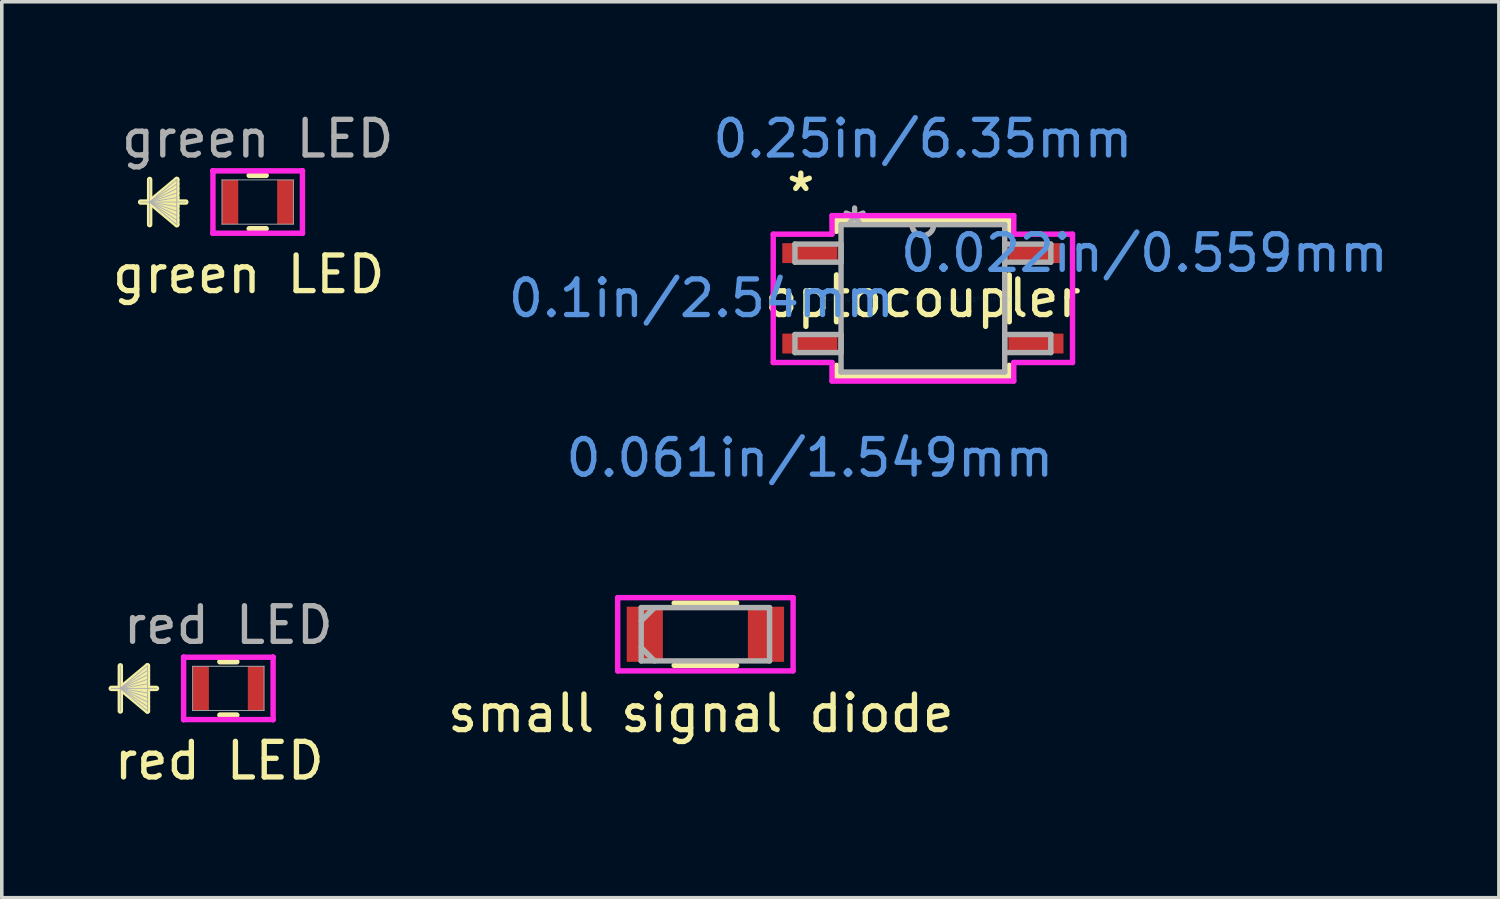
<source format=kicad_pcb>
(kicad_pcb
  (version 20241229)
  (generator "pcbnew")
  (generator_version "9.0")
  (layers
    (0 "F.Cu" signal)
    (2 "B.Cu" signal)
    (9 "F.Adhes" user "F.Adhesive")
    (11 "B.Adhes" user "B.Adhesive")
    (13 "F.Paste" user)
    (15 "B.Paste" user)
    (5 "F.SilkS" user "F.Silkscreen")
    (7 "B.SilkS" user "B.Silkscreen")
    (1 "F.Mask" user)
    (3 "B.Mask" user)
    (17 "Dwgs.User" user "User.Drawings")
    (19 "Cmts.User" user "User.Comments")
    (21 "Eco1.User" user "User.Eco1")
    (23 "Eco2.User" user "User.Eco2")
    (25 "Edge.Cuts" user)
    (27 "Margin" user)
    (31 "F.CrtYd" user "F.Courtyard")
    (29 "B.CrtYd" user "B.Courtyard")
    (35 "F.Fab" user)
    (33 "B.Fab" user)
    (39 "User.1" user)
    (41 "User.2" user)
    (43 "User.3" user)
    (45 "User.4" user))
  (footprint "optocoupler"
    (layer "F.Cu")
    (at 22.876 5.331)
    (property "Reference" "optocoupler" (at 0 0 0) (layer "F.SilkS") (effects (font (size 1 1) (thickness 0.15))))
    (attr through_hole)
    (fp_line (start -2.426 -2.197) (end -2.426 -1.882) (stroke (width 0.152) (type solid)) (layer "F.SilkS"))
    (fp_line (start -2.426 -0.658) (end -2.426 0.658) (stroke (width 0.152) (type solid)) (layer "F.SilkS"))
    (fp_line (start -2.426 1.882) (end -2.426 2.197) (stroke (width 0.152) (type solid)) (layer "F.SilkS"))
    (fp_line (start -2.426 2.197) (end 2.426 2.197) (stroke (width 0.152) (type solid)) (layer "F.SilkS"))
    (fp_line (start 2.426 -2.197) (end -2.426 -2.197) (stroke (width 0.152) (type solid)) (layer "F.SilkS"))
    (fp_line (start 2.426 -1.882) (end 2.426 -2.197) (stroke (width 0.152) (type solid)) (layer "F.SilkS"))
    (fp_line (start 2.426 0.658) (end 2.426 -0.658) (stroke (width 0.152) (type solid)) (layer "F.SilkS"))
    (fp_line (start 2.426 2.197) (end 2.426 1.882) (stroke (width 0.152) (type solid)) (layer "F.SilkS"))
    (fp_line (start -4.204 -1.803) (end -2.553 -1.803) (stroke (width 0.152) (type solid)) (layer "F.CrtYd"))
    (fp_line (start -4.204 1.803) (end -4.204 -1.803) (stroke (width 0.152) (type solid)) (layer "F.CrtYd"))
    (fp_line (start -4.204 1.803) (end -2.553 1.803) (stroke (width 0.152) (type solid)) (layer "F.CrtYd"))
    (fp_line (start -2.553 -2.324) (end 2.553 -2.324) (stroke (width 0.152) (type solid)) (layer "F.CrtYd"))
    (fp_line (start -2.553 -1.803) (end -2.553 -2.324) (stroke (width 0.152) (type solid)) (layer "F.CrtYd"))
    (fp_line (start -2.553 2.324) (end -2.553 1.803) (stroke (width 0.152) (type solid)) (layer "F.CrtYd"))
    (fp_line (start 2.553 -2.324) (end 2.553 -1.803) (stroke (width 0.152) (type solid)) (layer "F.CrtYd"))
    (fp_line (start 2.553 1.803) (end 2.553 2.324) (stroke (width 0.152) (type solid)) (layer "F.CrtYd"))
    (fp_line (start 2.553 2.324) (end -2.553 2.324) (stroke (width 0.152) (type solid)) (layer "F.CrtYd"))
    (fp_line (start 4.204 -1.803) (end 2.553 -1.803) (stroke (width 0.152) (type solid)) (layer "F.CrtYd"))
    (fp_line (start 4.204 -1.803) (end 4.204 1.803) (stroke (width 0.152) (type solid)) (layer "F.CrtYd"))
    (fp_line (start 4.204 1.803) (end 2.553 1.803) (stroke (width 0.152) (type solid)) (layer "F.CrtYd"))
    (fp_line (start -3.594 -1.524) (end -3.594 -1.016) (stroke (width 0.152) (type solid)) (layer "F.Fab"))
    (fp_line (start -3.594 -1.016) (end -2.299 -1.016) (stroke (width 0.152) (type solid)) (layer "F.Fab"))
    (fp_line (start -3.594 1.016) (end -3.594 1.524) (stroke (width 0.152) (type solid)) (layer "F.Fab"))
    (fp_line (start -3.594 1.524) (end -2.299 1.524) (stroke (width 0.152) (type solid)) (layer "F.Fab"))
    (fp_line (start -2.299 -2.07) (end -2.299 2.07) (stroke (width 0.152) (type solid)) (layer "F.Fab"))
    (fp_line (start -2.299 -1.524) (end -3.594 -1.524) (stroke (width 0.152) (type solid)) (layer "F.Fab"))
    (fp_line (start -2.299 -1.016) (end -2.299 -1.524) (stroke (width 0.152) (type solid)) (layer "F.Fab"))
    (fp_line (start -2.299 1.016) (end -3.594 1.016) (stroke (width 0.152) (type solid)) (layer "F.Fab"))
    (fp_line (start -2.299 1.524) (end -2.299 1.016) (stroke (width 0.152) (type solid)) (layer "F.Fab"))
    (fp_line (start -2.299 2.07) (end 2.299 2.07) (stroke (width 0.152) (type solid)) (layer "F.Fab"))
    (fp_line (start 2.299 -2.07) (end -2.299 -2.07) (stroke (width 0.152) (type solid)) (layer "F.Fab"))
    (fp_line (start 2.299 -1.524) (end 2.299 -1.016) (stroke (width 0.152) (type solid)) (layer "F.Fab"))
    (fp_line (start 2.299 -1.016) (end 3.594 -1.016) (stroke (width 0.152) (type solid)) (layer "F.Fab"))
    (fp_line (start 2.299 1.016) (end 2.299 1.524) (stroke (width 0.152) (type solid)) (layer "F.Fab"))
    (fp_line (start 2.299 1.524) (end 3.594 1.524) (stroke (width 0.152) (type solid)) (layer "F.Fab"))
    (fp_line (start 2.299 2.07) (end 2.299 -2.07) (stroke (width 0.152) (type solid)) (layer "F.Fab"))
    (fp_line (start 3.594 -1.524) (end 2.299 -1.524) (stroke (width 0.152) (type solid)) (layer "F.Fab"))
    (fp_line (start 3.594 -1.016) (end 3.594 -1.524) (stroke (width 0.152) (type solid)) (layer "F.Fab"))
    (fp_line (start 3.594 1.016) (end 2.299 1.016) (stroke (width 0.152) (type solid)) (layer "F.Fab"))
    (fp_line (start 3.594 1.524) (end 3.594 1.016) (stroke (width 0.152) (type solid)) (layer "F.Fab"))
    (fp_arc (start 0.3048 -2.0701) (mid 0 -1.7653) (end -0.3048 -2.0701) (stroke (width 0.1524) (type solid)) (layer "F.Fab"))
    (fp_text user "*" (at -3.429 -2.972 0) (layer "F.SilkS") (effects (font (size 1 1) (thickness 0.15))))
    (fp_text user "0.061in/1.549mm" (at -3.175 4.483 0) (layer "Cmts.User") (effects (font (size 1 1) (thickness 0.15))))
    (fp_text user "0.1in/2.54mm" (at -6.223 0 0) (layer "Cmts.User") (effects (font (size 1 1) (thickness 0.15))))
    (fp_text user "0.022in/0.559mm" (at 6.223 -1.27 0) (layer "Cmts.User") (effects (font (size 1 1) (thickness 0.15))))
    (fp_text user "Copyright 2016 Accelerated Designs. All rights reserved." (at 0 0 0) (layer "Cmts.User") (effects (font (size 0.127 0.127) (thickness 0.002))))
    (fp_text user "0.25in/6.35mm" (at 0 -4.483 0) (layer "Cmts.User") (effects (font (size 1 1) (thickness 0.15))))
    (fp_text user "*" (at -1.918 -1.994 0) (layer "F.Fab") (effects (font (size 1 1) (thickness 0.15))))
    (pad "1" smd rect (at -3.175 -1.27) (size 1.549 0.559) (layers "F.Cu" "F.Mask" "F.Paste"))
    (pad "2" smd rect (at -3.175 1.27) (size 1.549 0.559) (layers "F.Cu" "F.Mask" "F.Paste"))
    (pad "3" smd rect (at 3.175 1.27) (size 1.549 0.559) (layers "F.Cu" "F.Mask" "F.Paste"))
    (pad "4" smd rect (at 3.175 -1.27) (size 1.549 0.559) (layers "F.Cu" "F.Mask" "F.Paste")))
  (footprint "green LED"
    (layer "F.Cu")
    (at 4.189 2.626)
    (property "Reference" "green LED" (at -0.254 2.032 0) (unlocked yes) (layer "F.SilkS") (effects (font (size 1 1) (thickness 0.15))))
    (attr smd)
    (fp_line (start -3.035 -0.635) (end -3.035 0.635) (stroke (width 0.152) (type solid)) (layer "F.SilkS"))
    (fp_line (start -3.035 0) (end -2.273 -0.635) (stroke (width 0.152) (type solid)) (layer "F.SilkS"))
    (fp_line (start -3.035 0) (end -2.273 -0.508) (stroke (width 0.152) (type solid)) (layer "F.SilkS"))
    (fp_line (start -3.035 0) (end -2.273 -0.381) (stroke (width 0.152) (type solid)) (layer "F.SilkS"))
    (fp_line (start -3.035 0) (end -2.273 -0.254) (stroke (width 0.152) (type solid)) (layer "F.SilkS"))
    (fp_line (start -3.035 0) (end -2.273 -0.127) (stroke (width 0.152) (type solid)) (layer "F.SilkS"))
    (fp_line (start -3.035 0) (end -2.273 0.127) (stroke (width 0.152) (type solid)) (layer "F.SilkS"))
    (fp_line (start -3.035 0) (end -2.273 0.254) (stroke (width 0.152) (type solid)) (layer "F.SilkS"))
    (fp_line (start -3.035 0) (end -2.273 0.381) (stroke (width 0.152) (type solid)) (layer "F.SilkS"))
    (fp_line (start -3.035 0) (end -2.273 0.508) (stroke (width 0.152) (type solid)) (layer "F.SilkS"))
    (fp_line (start -3.035 0) (end -2.273 0.635) (stroke (width 0.152) (type solid)) (layer "F.SilkS"))
    (fp_line (start -2.273 -0.635) (end -2.273 0.635) (stroke (width 0.152) (type solid)) (layer "F.SilkS"))
    (fp_line (start -2.019 0) (end -3.289 0) (stroke (width 0.152) (type solid)) (layer "F.SilkS"))
    (fp_line (start -0.239 0.749) (end 0.239 0.749) (stroke (width 0.152) (type solid)) (layer "F.SilkS"))
    (fp_line (start 0.239 -0.749) (end -0.239 -0.749) (stroke (width 0.152) (type solid)) (layer "F.SilkS"))
    (fp_line (start -1.257 -0.876) (end -1.257 -0.876) (stroke (width 0.152) (type solid)) (layer "F.CrtYd"))
    (fp_line (start -1.257 -0.876) (end -1.257 -0.876) (stroke (width 0.152) (type solid)) (layer "F.CrtYd"))
    (fp_line (start -1.257 -0.876) (end 1.257 -0.876) (stroke (width 0.152) (type solid)) (layer "F.CrtYd"))
    (fp_line (start -1.257 0.876) (end -1.257 -0.876) (stroke (width 0.152) (type solid)) (layer "F.CrtYd"))
    (fp_line (start -1.257 0.876) (end -1.257 0.876) (stroke (width 0.152) (type solid)) (layer "F.CrtYd"))
    (fp_line (start -1.257 0.876) (end -1.257 0.876) (stroke (width 0.152) (type solid)) (layer "F.CrtYd"))
    (fp_line (start 1.257 -0.876) (end 1.257 -0.876) (stroke (width 0.152) (type solid)) (layer "F.CrtYd"))
    (fp_line (start 1.257 -0.876) (end 1.257 -0.876) (stroke (width 0.152) (type solid)) (layer "F.CrtYd"))
    (fp_line (start 1.257 -0.876) (end 1.257 0.876) (stroke (width 0.152) (type solid)) (layer "F.CrtYd"))
    (fp_line (start 1.257 0.876) (end -1.257 0.876) (stroke (width 0.152) (type solid)) (layer "F.CrtYd"))
    (fp_line (start 1.257 0.876) (end 1.257 0.876) (stroke (width 0.152) (type solid)) (layer "F.CrtYd"))
    (fp_line (start 1.257 0.876) (end 1.257 0.876) (stroke (width 0.152) (type solid)) (layer "F.CrtYd"))
    (fp_line (start -3.035 -0.635) (end -3.035 0.635) (stroke (width 0.025) (type solid)) (layer "F.Fab"))
    (fp_line (start -3.035 0) (end -2.273 -0.635) (stroke (width 0.025) (type solid)) (layer "F.Fab"))
    (fp_line (start -3.035 0) (end -2.273 -0.508) (stroke (width 0.025) (type solid)) (layer "F.Fab"))
    (fp_line (start -3.035 0) (end -2.273 -0.381) (stroke (width 0.025) (type solid)) (layer "F.Fab"))
    (fp_line (start -3.035 0) (end -2.273 -0.254) (stroke (width 0.025) (type solid)) (layer "F.Fab"))
    (fp_line (start -3.035 0) (end -2.273 -0.127) (stroke (width 0.025) (type solid)) (layer "F.Fab"))
    (fp_line (start -3.035 0) (end -2.273 0.127) (stroke (width 0.025) (type solid)) (layer "F.Fab"))
    (fp_line (start -3.035 0) (end -2.273 0.254) (stroke (width 0.025) (type solid)) (layer "F.Fab"))
    (fp_line (start -3.035 0) (end -2.273 0.381) (stroke (width 0.025) (type solid)) (layer "F.Fab"))
    (fp_line (start -3.035 0) (end -2.273 0.508) (stroke (width 0.025) (type solid)) (layer "F.Fab"))
    (fp_line (start -3.035 0) (end -2.273 0.635) (stroke (width 0.025) (type solid)) (layer "F.Fab"))
    (fp_line (start -2.273 -0.635) (end -2.273 0.635) (stroke (width 0.025) (type solid)) (layer "F.Fab"))
    (fp_line (start -2.019 0) (end -3.289 0) (stroke (width 0.025) (type solid)) (layer "F.Fab"))
    (fp_line (start -1.003 -0.622) (end -1.003 0.622) (stroke (width 0.025) (type solid)) (layer "F.Fab"))
    (fp_line (start -1.003 0.622) (end 1.003 0.622) (stroke (width 0.025) (type solid)) (layer "F.Fab"))
    (fp_line (start 1.003 -0.622) (end -1.003 -0.622) (stroke (width 0.025) (type solid)) (layer "F.Fab"))
    (fp_line (start 1.003 0.622) (end 1.003 -0.622) (stroke (width 0.025) (type solid)) (layer "F.Fab"))
    (fp_text user "${REFERENCE}" (at 0 -1.778 0) (unlocked yes) (layer "F.Fab") (effects (font (size 1 1) (thickness 0.15))))
    (pad "1" smd rect (at -0.775 0) (size 0.457 1.245) (layers "F.Cu" "F.Mask" "F.Paste"))
    (pad "2" smd rect (at 0.775 0) (size 0.457 1.245) (layers "F.Cu" "F.Mask" "F.Paste"))
    (zone (net_name "") (layer "F.Cu") (hatch full 0.508) (connect_pads) (min_thickness 0.254) (filled_areas_thickness no) (keepout (tracks not_allowed) (vias not_allowed) (pads allowed) (copperpour not_allowed) (footprints allowed)) (placement (enabled no)) (fill) (polygon (pts (xy 3.693 2.055) (xy 4.684 2.055) (xy 4.684 3.198) (xy 3.693 3.198)))))
  (footprint "red LED"
    (layer "F.Cu")
    (at 3.365 16.289)
    (property "Reference" "red LED" (at -0.254 2.032 0) (unlocked yes) (layer "F.SilkS") (effects (font (size 1 1) (thickness 0.15))))
    (attr smd)
    (fp_line (start -3.035 -0.635) (end -3.035 0.635) (stroke (width 0.152) (type solid)) (layer "F.SilkS"))
    (fp_line (start -3.035 0) (end -2.273 -0.635) (stroke (width 0.152) (type solid)) (layer "F.SilkS"))
    (fp_line (start -3.035 0) (end -2.273 -0.508) (stroke (width 0.152) (type solid)) (layer "F.SilkS"))
    (fp_line (start -3.035 0) (end -2.273 -0.381) (stroke (width 0.152) (type solid)) (layer "F.SilkS"))
    (fp_line (start -3.035 0) (end -2.273 -0.254) (stroke (width 0.152) (type solid)) (layer "F.SilkS"))
    (fp_line (start -3.035 0) (end -2.273 -0.127) (stroke (width 0.152) (type solid)) (layer "F.SilkS"))
    (fp_line (start -3.035 0) (end -2.273 0.127) (stroke (width 0.152) (type solid)) (layer "F.SilkS"))
    (fp_line (start -3.035 0) (end -2.273 0.254) (stroke (width 0.152) (type solid)) (layer "F.SilkS"))
    (fp_line (start -3.035 0) (end -2.273 0.381) (stroke (width 0.152) (type solid)) (layer "F.SilkS"))
    (fp_line (start -3.035 0) (end -2.273 0.508) (stroke (width 0.152) (type solid)) (layer "F.SilkS"))
    (fp_line (start -3.035 0) (end -2.273 0.635) (stroke (width 0.152) (type solid)) (layer "F.SilkS"))
    (fp_line (start -2.273 -0.635) (end -2.273 0.635) (stroke (width 0.152) (type solid)) (layer "F.SilkS"))
    (fp_line (start -2.019 0) (end -3.289 0) (stroke (width 0.152) (type solid)) (layer "F.SilkS"))
    (fp_line (start -0.239 0.749) (end 0.239 0.749) (stroke (width 0.152) (type solid)) (layer "F.SilkS"))
    (fp_line (start 0.239 -0.749) (end -0.239 -0.749) (stroke (width 0.152) (type solid)) (layer "F.SilkS"))
    (fp_line (start -1.257 -0.876) (end -1.257 -0.876) (stroke (width 0.152) (type solid)) (layer "F.CrtYd"))
    (fp_line (start -1.257 -0.876) (end -1.257 -0.876) (stroke (width 0.152) (type solid)) (layer "F.CrtYd"))
    (fp_line (start -1.257 -0.876) (end 1.257 -0.876) (stroke (width 0.152) (type solid)) (layer "F.CrtYd"))
    (fp_line (start -1.257 0.876) (end -1.257 -0.876) (stroke (width 0.152) (type solid)) (layer "F.CrtYd"))
    (fp_line (start -1.257 0.876) (end -1.257 0.876) (stroke (width 0.152) (type solid)) (layer "F.CrtYd"))
    (fp_line (start -1.257 0.876) (end -1.257 0.876) (stroke (width 0.152) (type solid)) (layer "F.CrtYd"))
    (fp_line (start 1.257 -0.876) (end 1.257 -0.876) (stroke (width 0.152) (type solid)) (layer "F.CrtYd"))
    (fp_line (start 1.257 -0.876) (end 1.257 -0.876) (stroke (width 0.152) (type solid)) (layer "F.CrtYd"))
    (fp_line (start 1.257 -0.876) (end 1.257 0.876) (stroke (width 0.152) (type solid)) (layer "F.CrtYd"))
    (fp_line (start 1.257 0.876) (end -1.257 0.876) (stroke (width 0.152) (type solid)) (layer "F.CrtYd"))
    (fp_line (start 1.257 0.876) (end 1.257 0.876) (stroke (width 0.152) (type solid)) (layer "F.CrtYd"))
    (fp_line (start 1.257 0.876) (end 1.257 0.876) (stroke (width 0.152) (type solid)) (layer "F.CrtYd"))
    (fp_line (start -3.035 -0.635) (end -3.035 0.635) (stroke (width 0.025) (type solid)) (layer "F.Fab"))
    (fp_line (start -3.035 0) (end -2.273 -0.635) (stroke (width 0.025) (type solid)) (layer "F.Fab"))
    (fp_line (start -3.035 0) (end -2.273 -0.508) (stroke (width 0.025) (type solid)) (layer "F.Fab"))
    (fp_line (start -3.035 0) (end -2.273 -0.381) (stroke (width 0.025) (type solid)) (layer "F.Fab"))
    (fp_line (start -3.035 0) (end -2.273 -0.254) (stroke (width 0.025) (type solid)) (layer "F.Fab"))
    (fp_line (start -3.035 0) (end -2.273 -0.127) (stroke (width 0.025) (type solid)) (layer "F.Fab"))
    (fp_line (start -3.035 0) (end -2.273 0.127) (stroke (width 0.025) (type solid)) (layer "F.Fab"))
    (fp_line (start -3.035 0) (end -2.273 0.254) (stroke (width 0.025) (type solid)) (layer "F.Fab"))
    (fp_line (start -3.035 0) (end -2.273 0.381) (stroke (width 0.025) (type solid)) (layer "F.Fab"))
    (fp_line (start -3.035 0) (end -2.273 0.508) (stroke (width 0.025) (type solid)) (layer "F.Fab"))
    (fp_line (start -3.035 0) (end -2.273 0.635) (stroke (width 0.025) (type solid)) (layer "F.Fab"))
    (fp_line (start -2.273 -0.635) (end -2.273 0.635) (stroke (width 0.025) (type solid)) (layer "F.Fab"))
    (fp_line (start -2.019 0) (end -3.289 0) (stroke (width 0.025) (type solid)) (layer "F.Fab"))
    (fp_line (start -1.003 -0.622) (end -1.003 0.622) (stroke (width 0.025) (type solid)) (layer "F.Fab"))
    (fp_line (start -1.003 0.622) (end 1.003 0.622) (stroke (width 0.025) (type solid)) (layer "F.Fab"))
    (fp_line (start 1.003 -0.622) (end -1.003 -0.622) (stroke (width 0.025) (type solid)) (layer "F.Fab"))
    (fp_line (start 1.003 0.622) (end 1.003 -0.622) (stroke (width 0.025) (type solid)) (layer "F.Fab"))
    (fp_text user "${REFERENCE}" (at 0 -1.778 0) (unlocked yes) (layer "F.Fab") (effects (font (size 1 1) (thickness 0.15))))
    (pad "1" smd rect (at -0.775 0) (size 0.457 1.245) (layers "F.Cu" "F.Mask" "F.Paste"))
    (pad "2" smd rect (at 0.775 0) (size 0.457 1.245) (layers "F.Cu" "F.Mask" "F.Paste"))
    (zone (net_name "") (layer "F.Cu") (hatch full 0.508) (connect_pads) (min_thickness 0.254) (filled_areas_thickness no) (keepout (tracks not_allowed) (vias not_allowed) (pads allowed) (copperpour not_allowed) (footprints allowed)) (placement (enabled no)) (fill) (polygon (pts (xy 2.87 15.717) (xy 3.861 15.717) (xy 3.861 16.86) (xy 2.87 16.86)))))
  (footprint "small signal diode"
    (layer "F.Cu")
    (at 16.766 14.768)
    (property "Reference" "small signal diode" (at -0.127 2.223 0) (layer "F.SilkS") (effects (font (size 1 1) (thickness 0.15))))
    (attr through_hole)
    (fp_line (start -0.877 0.876) (end 0.877 0.876) (stroke (width 0.152) (type solid)) (layer "F.SilkS"))
    (fp_line (start 0.877 -0.876) (end -0.877 -0.876) (stroke (width 0.152) (type solid)) (layer "F.SilkS"))
    (fp_line (start -2.464 -1.029) (end 2.464 -1.029) (stroke (width 0.152) (type solid)) (layer "F.CrtYd"))
    (fp_line (start -2.464 1.029) (end -2.464 -1.029) (stroke (width 0.152) (type solid)) (layer "F.CrtYd"))
    (fp_line (start 2.464 -1.029) (end 2.464 1.029) (stroke (width 0.152) (type solid)) (layer "F.CrtYd"))
    (fp_line (start 2.464 1.029) (end -2.464 1.029) (stroke (width 0.152) (type solid)) (layer "F.CrtYd"))
    (fp_line (start -1.803 -0.749) (end -1.803 0.749) (stroke (width 0.152) (type solid)) (layer "F.Fab"))
    (fp_line (start -1.803 -0.375) (end -1.429 -0.749) (stroke (width 0.152) (type solid)) (layer "F.Fab"))
    (fp_line (start -1.803 0.375) (end -1.429 0.749) (stroke (width 0.152) (type solid)) (layer "F.Fab"))
    (fp_line (start -1.803 0.749) (end 1.803 0.749) (stroke (width 0.152) (type solid)) (layer "F.Fab"))
    (fp_line (start 1.803 -0.749) (end -1.803 -0.749) (stroke (width 0.152) (type solid)) (layer "F.Fab"))
    (fp_line (start 1.803 0.749) (end 1.803 -0.749) (stroke (width 0.152) (type solid)) (layer "F.Fab"))
    (pad "1" smd rect (at -1.702 0) (size 1.016 1.549) (layers "F.Cu" "F.Mask" "F.Paste"))
    (pad "2" smd rect (at 1.702 0) (size 1.016 1.549) (layers "F.Cu" "F.Mask" "F.Paste")))
  (gr_rect
    (start -3 -3)
    (end 39.057 22.169)
    (stroke (width 0.1) (type default))
    (fill no)
    (layer "Edge.Cuts")))
</source>
